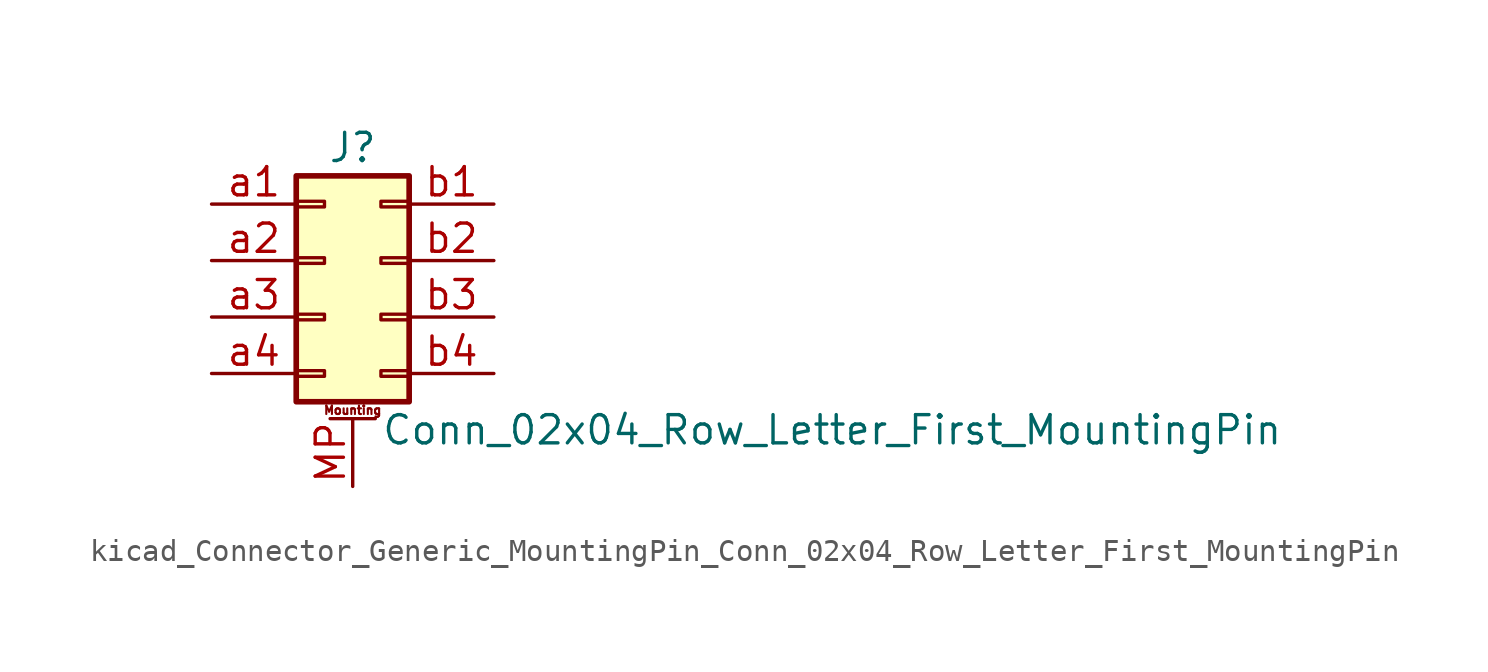
<source format=kicad_sym>
(kicad_symbol_lib
  (version 20220914)
  (generator kicad_symbol_editor)
  (symbol "kicad_Connector_Generic_MountingPin_Conn_02x04_Row_Letter_First_MountingPin"
    (pin_names
      (offset 1.016) hide)
    (property "Reference" "J"
      (at 1.27 5.08 0)
      (effects (font (size 1.27 1.27))))
    (property "Value" "Conn_02x04_Row_Letter_First_MountingPin"
      (at 2.54 -7.62 0)
      (effects (font (size 1.27 1.27)) (justify left)))
    (symbol "kicad_Connector_Generic_MountingPin_Conn_02x04_Row_Letter_First_MountingPin_1_1"
      (rectangle (start -1.27 -4.953) (end 0 -5.207) (stroke (width 0.152) (type default)) (fill (type none)))
      (rectangle (start -1.27 -2.413) (end 0 -2.667) (stroke (width 0.152) (type default)) (fill (type none)))
      (rectangle (start -1.27 0.127) (end 0 -0.127) (stroke (width 0.152) (type default)) (fill (type none)))
      (rectangle (start -1.27 2.667) (end 0 2.413) (stroke (width 0.152) (type default)) (fill (type none)))
      (rectangle (start -1.27 3.81) (end 3.81 -6.35) (stroke (width 0.254) (type default)) (fill (type background)))
      (polyline (pts (xy 0.254 -7.112) (xy 2.286 -7.112)) (stroke (width 0.152) (type default)) (fill (type none)))
      (rectangle (start 3.81 -4.953) (end 2.54 -5.207) (stroke (width 0.152) (type default)) (fill (type none)))
      (rectangle (start 3.81 -2.413) (end 2.54 -2.667) (stroke (width 0.152) (type default)) (fill (type none)))
      (rectangle (start 3.81 0.127) (end 2.54 -0.127) (stroke (width 0.152) (type default)) (fill (type none)))
      (rectangle (start 3.81 2.667) (end 2.54 2.413) (stroke (width 0.152) (type default)) (fill (type none)))
      (text "Mounting" (at 1.27 -6.731 0) (effects (font (size 0.381 0.381))))
      (pin passive line (at 1.27 -10.16 90) (length 3.048) (name "MountPin" (effects (font (size 1.27 1.27)))) (number "MP" (effects (font (size 1.27 1.27)))))
      (pin passive line (at -5.08 2.54 0) (length 3.81) (name "Pin_a1" (effects (font (size 1.27 1.27)))) (number "a1" (effects (font (size 1.27 1.27)))))
      (pin passive line (at -5.08 0 0) (length 3.81) (name "Pin_a2" (effects (font (size 1.27 1.27)))) (number "a2" (effects (font (size 1.27 1.27)))))
      (pin passive line (at -5.08 -2.54 0) (length 3.81) (name "Pin_a3" (effects (font (size 1.27 1.27)))) (number "a3" (effects (font (size 1.27 1.27)))))
      (pin passive line (at -5.08 -5.08 0) (length 3.81) (name "Pin_a4" (effects (font (size 1.27 1.27)))) (number "a4" (effects (font (size 1.27 1.27)))))
      (pin passive line (at 7.62 2.54 180) (length 3.81) (name "Pin_b1" (effects (font (size 1.27 1.27)))) (number "b1" (effects (font (size 1.27 1.27)))))
      (pin passive line (at 7.62 0 180) (length 3.81) (name "Pin_b2" (effects (font (size 1.27 1.27)))) (number "b2" (effects (font (size 1.27 1.27)))))
      (pin passive line (at 7.62 -2.54 180) (length 3.81) (name "Pin_b3" (effects (font (size 1.27 1.27)))) (number "b3" (effects (font (size 1.27 1.27)))))
      (pin passive line (at 7.62 -5.08 180) (length 3.81) (name "Pin_b4" (effects (font (size 1.27 1.27)))) (number "b4" (effects (font (size 1.27 1.27))))))))
</source>
